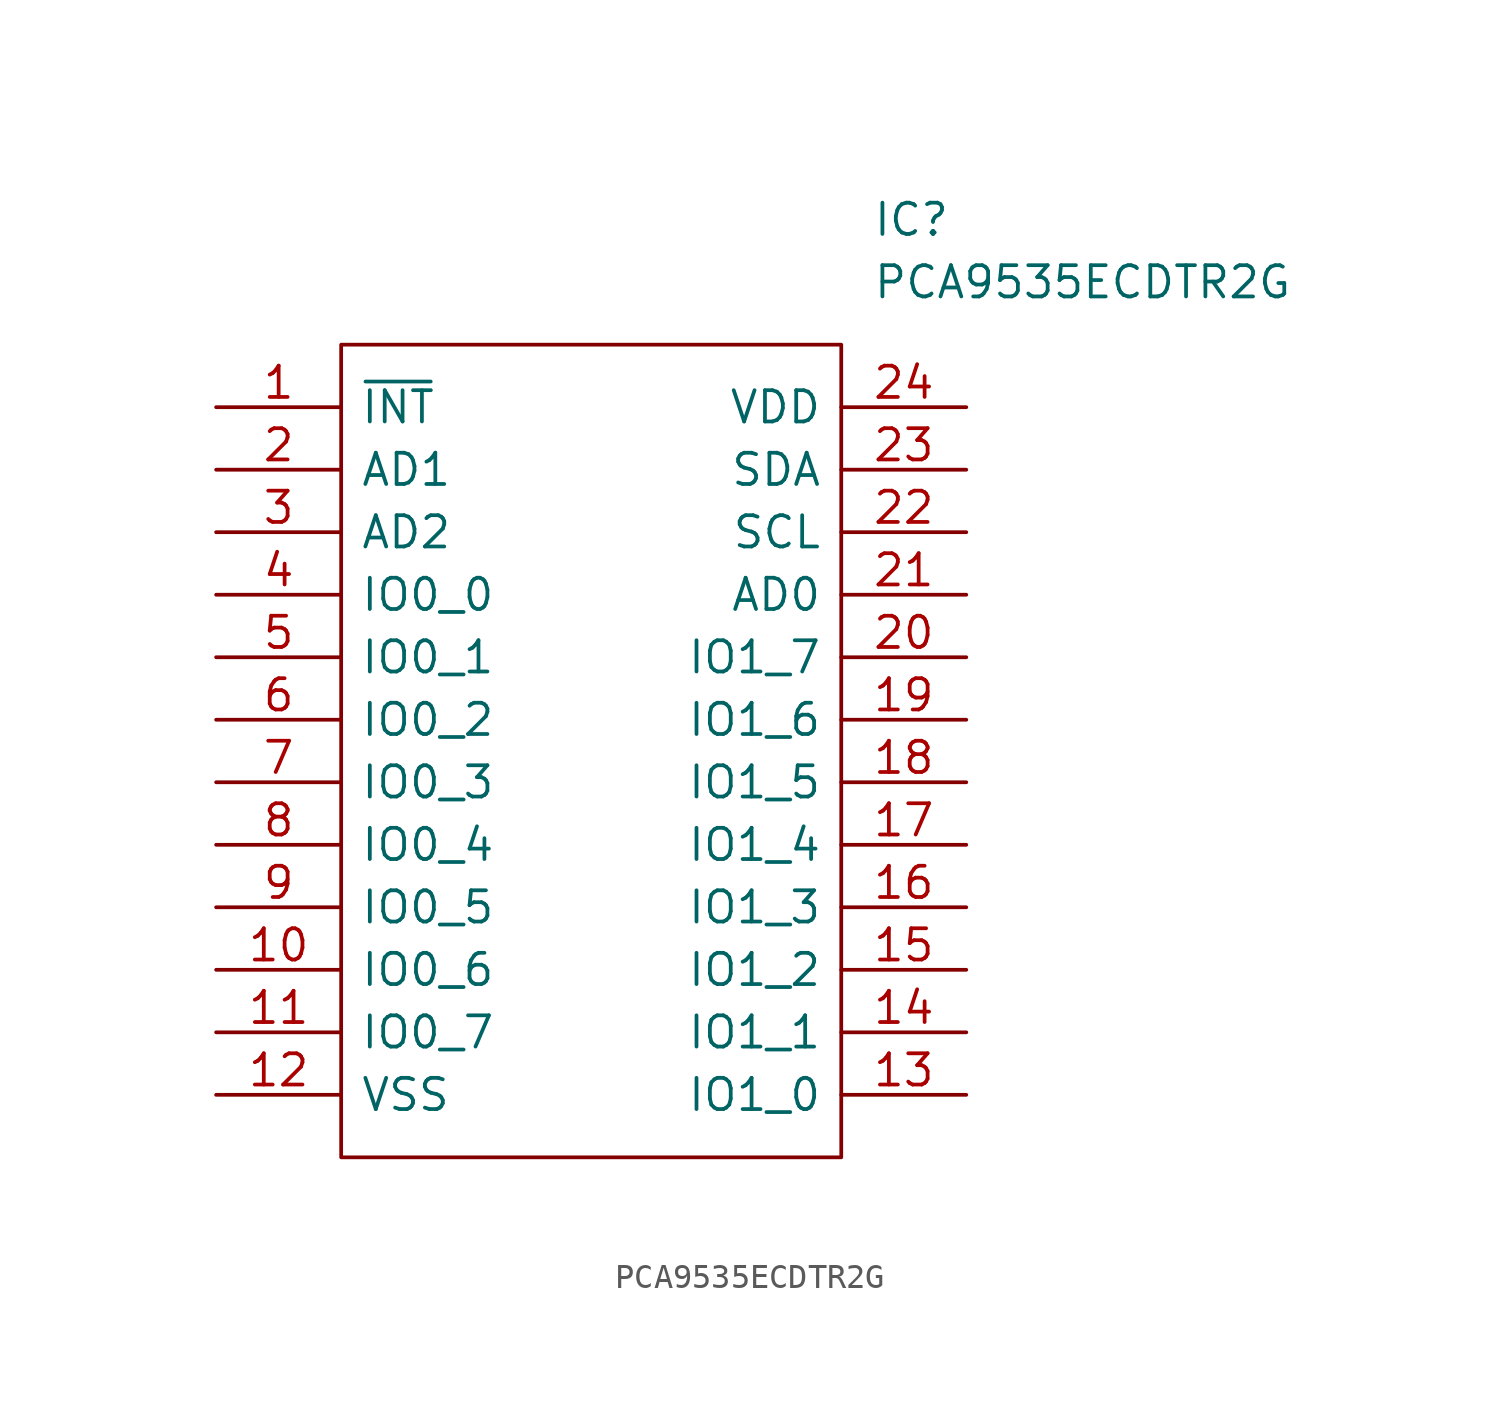
<source format=kicad_sym>
(kicad_symbol_lib
  (version 20211014)
  (generator kicad_symbol_editor)
  (symbol "PCA9535ECDTR2G"
    (pin_names
      (offset 0.762))
    (property "Reference" "IC"
      (at 26.67 7.62 0)
      (effects (font (size 1.27 1.27)) (justify left)))
    (property "Value" "PCA9535ECDTR2G"
      (at 26.67 5.08 0)
      (effects (font (size 1.27 1.27)) (justify left)))
    (symbol "PCA9535ECDTR2G_0_0"
      (pin input line (at 0 0 0) (length 5.08) (name "~{INT}" (effects (font (size 1.27 1.27)))) (number "1" (effects (font (size 1.27 1.27)))))
      (pin bidirectional line (at 0 -22.86 0) (length 5.08) (name "IO0_6" (effects (font (size 1.27 1.27)))) (number "10" (effects (font (size 1.27 1.27)))))
      (pin bidirectional line (at 0 -25.4 0) (length 5.08) (name "IO0_7" (effects (font (size 1.27 1.27)))) (number "11" (effects (font (size 1.27 1.27)))))
      (pin power_in line (at 0 -27.94 0) (length 5.08) (name "VSS" (effects (font (size 1.27 1.27)))) (number "12" (effects (font (size 1.27 1.27)))))
      (pin bidirectional line (at 30.48 -27.94 180) (length 5.08) (name "IO1_0" (effects (font (size 1.27 1.27)))) (number "13" (effects (font (size 1.27 1.27)))))
      (pin bidirectional line (at 30.48 -25.4 180) (length 5.08) (name "IO1_1" (effects (font (size 1.27 1.27)))) (number "14" (effects (font (size 1.27 1.27)))))
      (pin bidirectional line (at 30.48 -22.86 180) (length 5.08) (name "IO1_2" (effects (font (size 1.27 1.27)))) (number "15" (effects (font (size 1.27 1.27)))))
      (pin bidirectional line (at 30.48 -20.32 180) (length 5.08) (name "IO1_3" (effects (font (size 1.27 1.27)))) (number "16" (effects (font (size 1.27 1.27)))))
      (pin bidirectional line (at 30.48 -17.78 180) (length 5.08) (name "IO1_4" (effects (font (size 1.27 1.27)))) (number "17" (effects (font (size 1.27 1.27)))))
      (pin bidirectional line (at 30.48 -15.24 180) (length 5.08) (name "IO1_5" (effects (font (size 1.27 1.27)))) (number "18" (effects (font (size 1.27 1.27)))))
      (pin bidirectional line (at 30.48 -12.7 180) (length 5.08) (name "IO1_6" (effects (font (size 1.27 1.27)))) (number "19" (effects (font (size 1.27 1.27)))))
      (pin passive line (at 0 -2.54 0) (length 5.08) (name "AD1" (effects (font (size 1.27 1.27)))) (number "2" (effects (font (size 1.27 1.27)))))
      (pin bidirectional line (at 30.48 -10.16 180) (length 5.08) (name "IO1_7" (effects (font (size 1.27 1.27)))) (number "20" (effects (font (size 1.27 1.27)))))
      (pin passive line (at 30.48 -7.62 180) (length 5.08) (name "AD0" (effects (font (size 1.27 1.27)))) (number "21" (effects (font (size 1.27 1.27)))))
      (pin passive line (at 30.48 -5.08 180) (length 5.08) (name "SCL" (effects (font (size 1.27 1.27)))) (number "22" (effects (font (size 1.27 1.27)))))
      (pin passive line (at 30.48 -2.54 180) (length 5.08) (name "SDA" (effects (font (size 1.27 1.27)))) (number "23" (effects (font (size 1.27 1.27)))))
      (pin power_in line (at 30.48 0 180) (length 5.08) (name "VDD" (effects (font (size 1.27 1.27)))) (number "24" (effects (font (size 1.27 1.27)))))
      (pin passive line (at 0 -5.08 0) (length 5.08) (name "AD2" (effects (font (size 1.27 1.27)))) (number "3" (effects (font (size 1.27 1.27)))))
      (pin bidirectional line (at 0 -7.62 0) (length 5.08) (name "IO0_0" (effects (font (size 1.27 1.27)))) (number "4" (effects (font (size 1.27 1.27)))))
      (pin bidirectional line (at 0 -10.16 0) (length 5.08) (name "IO0_1" (effects (font (size 1.27 1.27)))) (number "5" (effects (font (size 1.27 1.27)))))
      (pin bidirectional line (at 0 -12.7 0) (length 5.08) (name "IO0_2" (effects (font (size 1.27 1.27)))) (number "6" (effects (font (size 1.27 1.27)))))
      (pin bidirectional line (at 0 -15.24 0) (length 5.08) (name "IO0_3" (effects (font (size 1.27 1.27)))) (number "7" (effects (font (size 1.27 1.27)))))
      (pin bidirectional line (at 0 -17.78 0) (length 5.08) (name "IO0_4" (effects (font (size 1.27 1.27)))) (number "8" (effects (font (size 1.27 1.27)))))
      (pin bidirectional line (at 0 -20.32 0) (length 5.08) (name "IO0_5" (effects (font (size 1.27 1.27)))) (number "9" (effects (font (size 1.27 1.27))))))
    (symbol "PCA9535ECDTR2G_0_1"
      (polyline (pts (xy 5.08 2.54) (xy 25.4 2.54) (xy 25.4 -30.48) (xy 5.08 -30.48) (xy 5.08 2.54)) (stroke (width 0.152) (type default) (color 0 0 0 0)) (fill (type none))))))
</source>
